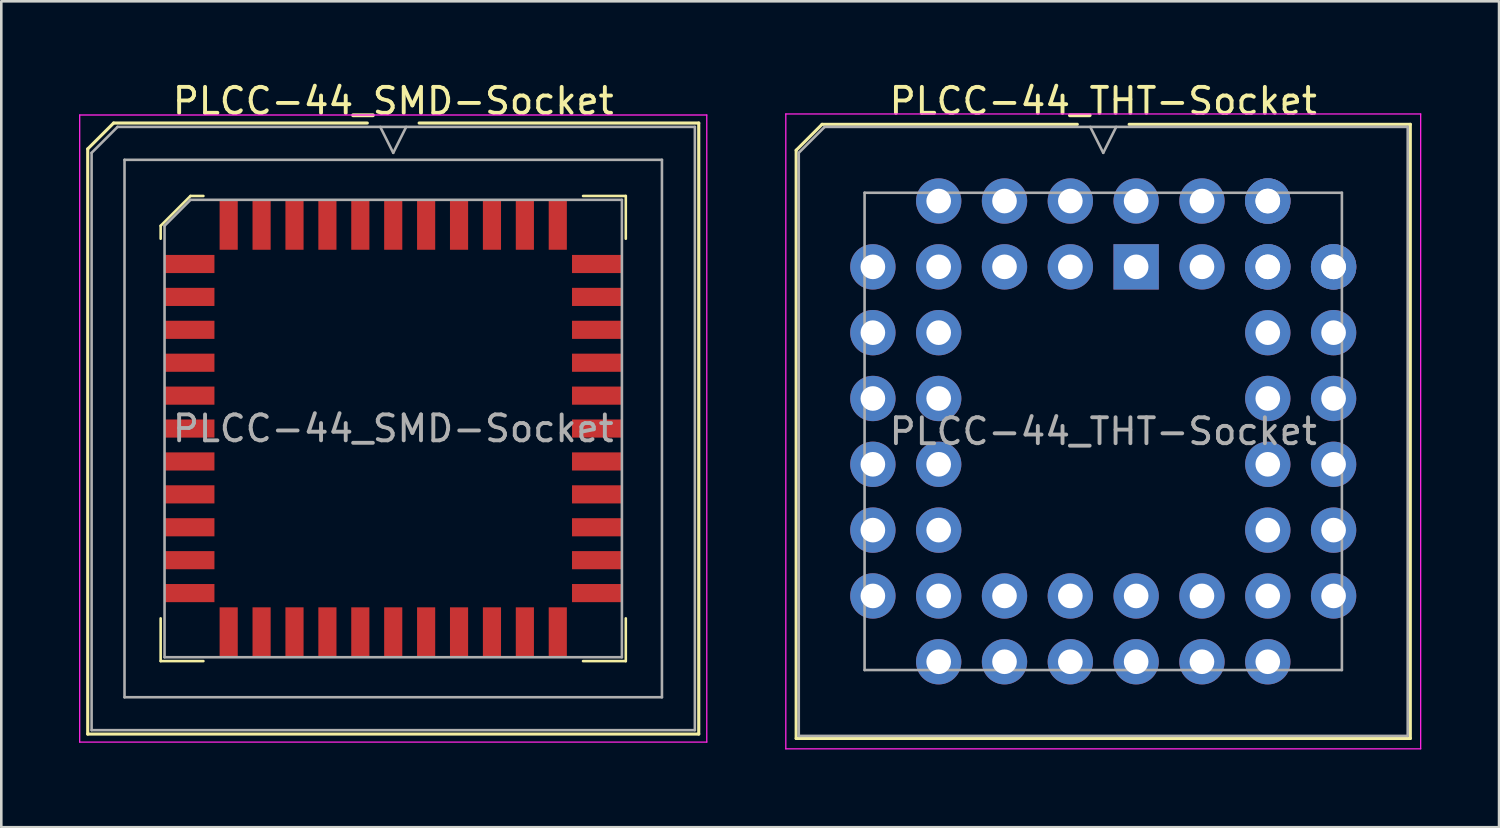
<source format=kicad_pcb>
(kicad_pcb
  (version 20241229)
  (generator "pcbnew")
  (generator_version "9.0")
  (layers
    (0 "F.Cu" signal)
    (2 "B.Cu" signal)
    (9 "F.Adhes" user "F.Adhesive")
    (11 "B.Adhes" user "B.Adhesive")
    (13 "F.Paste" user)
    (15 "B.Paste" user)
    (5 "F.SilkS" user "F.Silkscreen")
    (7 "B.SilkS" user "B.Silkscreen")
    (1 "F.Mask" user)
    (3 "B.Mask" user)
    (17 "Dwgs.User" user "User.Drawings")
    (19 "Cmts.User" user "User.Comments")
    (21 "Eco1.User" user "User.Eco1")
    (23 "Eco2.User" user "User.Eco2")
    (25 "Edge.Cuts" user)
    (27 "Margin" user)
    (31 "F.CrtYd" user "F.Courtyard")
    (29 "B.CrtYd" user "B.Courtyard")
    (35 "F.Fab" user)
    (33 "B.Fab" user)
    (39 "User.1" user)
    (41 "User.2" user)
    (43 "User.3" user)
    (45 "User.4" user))
  (footprint "PLCC-44_THT-Socket"
    (layer "F.Cu")
    (at 40.795 7.248)
    (property "Reference" "PLCC-44_THT-Socket" (at -1.27 -6.4 0) (layer "F.SilkS") (effects (font (size 1 1) (thickness 0.15))))
    (attr through_hole)
    (fp_line (start -13.12 -4.5) (end -13.12 18.2) (stroke (width 0.12) (type solid)) (layer "F.SilkS"))
    (fp_line (start -13.12 18.2) (end 10.58 18.2) (stroke (width 0.12) (type solid)) (layer "F.SilkS"))
    (fp_line (start -12.12 -5.5) (end -13.12 -4.5) (stroke (width 0.12) (type solid)) (layer "F.SilkS"))
    (fp_line (start -2.27 -5.5) (end -12.12 -5.5) (stroke (width 0.12) (type solid)) (layer "F.SilkS"))
    (fp_line (start 10.58 -5.5) (end -0.27 -5.5) (stroke (width 0.12) (type solid)) (layer "F.SilkS"))
    (fp_line (start 10.58 18.2) (end 10.58 -5.5) (stroke (width 0.12) (type solid)) (layer "F.SilkS"))
    (fp_line (start -13.52 -5.9) (end -13.52 18.6) (stroke (width 0.05) (type solid)) (layer "F.CrtYd"))
    (fp_line (start -13.52 18.6) (end 10.98 18.6) (stroke (width 0.05) (type solid)) (layer "F.CrtYd"))
    (fp_line (start 10.98 -5.9) (end -13.52 -5.9) (stroke (width 0.05) (type solid)) (layer "F.CrtYd"))
    (fp_line (start 10.98 18.6) (end 10.98 -5.9) (stroke (width 0.05) (type solid)) (layer "F.CrtYd"))
    (fp_line (start -13.02 -4.4) (end -13.02 18.1) (stroke (width 0.1) (type solid)) (layer "F.Fab"))
    (fp_line (start -13.02 18.1) (end 10.48 18.1) (stroke (width 0.1) (type solid)) (layer "F.Fab"))
    (fp_line (start -12.02 -5.4) (end -13.02 -4.4) (stroke (width 0.1) (type solid)) (layer "F.Fab"))
    (fp_line (start -10.48 -2.86) (end -10.48 15.56) (stroke (width 0.1) (type solid)) (layer "F.Fab"))
    (fp_line (start -10.48 15.56) (end 7.94 15.56) (stroke (width 0.1) (type solid)) (layer "F.Fab"))
    (fp_line (start -1.77 -5.4) (end -1.27 -4.4) (stroke (width 0.1) (type solid)) (layer "F.Fab"))
    (fp_line (start -1.27 -4.4) (end -0.77 -5.4) (stroke (width 0.1) (type solid)) (layer "F.Fab"))
    (fp_line (start 7.94 -2.86) (end -10.48 -2.86) (stroke (width 0.1) (type solid)) (layer "F.Fab"))
    (fp_line (start 7.94 15.56) (end 7.94 -2.86) (stroke (width 0.1) (type solid)) (layer "F.Fab"))
    (fp_line (start 10.48 -5.4) (end -12.02 -5.4) (stroke (width 0.1) (type solid)) (layer "F.Fab"))
    (fp_line (start 10.48 18.1) (end 10.48 -5.4) (stroke (width 0.1) (type solid)) (layer "F.Fab"))
    (fp_text user "${REFERENCE}" (at -1.27 6.35 0) (layer "F.Fab") (effects (font (size 1 1) (thickness 0.15))))
    (pad "1" thru_hole rect (at 0 0) (size 1.75 1.75) (drill 0.95) (layers "*.Cu" "*.Mask"))
    (pad "2" thru_hole circle (at -2.54 -2.54) (size 1.75 1.75) (drill 0.95) (layers "*.Cu" "*.Mask"))
    (pad "3" thru_hole circle (at -2.54 0) (size 1.75 1.75) (drill 0.95) (layers "*.Cu" "*.Mask"))
    (pad "4" thru_hole circle (at -5.08 -2.54) (size 1.75 1.75) (drill 0.95) (layers "*.Cu" "*.Mask"))
    (pad "5" thru_hole circle (at -5.08 0) (size 1.75 1.75) (drill 0.95) (layers "*.Cu" "*.Mask"))
    (pad "6" thru_hole circle (at -7.62 -2.54) (size 1.75 1.75) (drill 0.95) (layers "*.Cu" "*.Mask"))
    (pad "7" thru_hole circle (at -10.16 0) (size 1.75 1.75) (drill 0.95) (layers "*.Cu" "*.Mask"))
    (pad "8" thru_hole circle (at -7.62 0) (size 1.75 1.75) (drill 0.95) (layers "*.Cu" "*.Mask"))
    (pad "9" thru_hole circle (at -10.16 2.54) (size 1.75 1.75) (drill 0.95) (layers "*.Cu" "*.Mask"))
    (pad "10" thru_hole circle (at -7.62 2.54) (size 1.75 1.75) (drill 0.95) (layers "*.Cu" "*.Mask"))
    (pad "11" thru_hole circle (at -10.16 5.08) (size 1.75 1.75) (drill 0.95) (layers "*.Cu" "*.Mask"))
    (pad "12" thru_hole circle (at -7.62 5.08) (size 1.75 1.75) (drill 0.95) (layers "*.Cu" "*.Mask"))
    (pad "13" thru_hole circle (at -10.16 7.62) (size 1.75 1.75) (drill 0.95) (layers "*.Cu" "*.Mask"))
    (pad "14" thru_hole circle (at -7.62 7.62) (size 1.75 1.75) (drill 0.95) (layers "*.Cu" "*.Mask"))
    (pad "15" thru_hole circle (at -10.16 10.16) (size 1.75 1.75) (drill 0.95) (layers "*.Cu" "*.Mask"))
    (pad "16" thru_hole circle (at -7.62 10.16) (size 1.75 1.75) (drill 0.95) (layers "*.Cu" "*.Mask"))
    (pad "17" thru_hole circle (at -10.16 12.7) (size 1.75 1.75) (drill 0.95) (layers "*.Cu" "*.Mask"))
    (pad "18" thru_hole circle (at -7.62 15.24) (size 1.75 1.75) (drill 0.95) (layers "*.Cu" "*.Mask"))
    (pad "19" thru_hole circle (at -7.62 12.7) (size 1.75 1.75) (drill 0.95) (layers "*.Cu" "*.Mask"))
    (pad "20" thru_hole circle (at -5.08 15.24) (size 1.75 1.75) (drill 0.95) (layers "*.Cu" "*.Mask"))
    (pad "21" thru_hole circle (at -5.08 12.7) (size 1.75 1.75) (drill 0.95) (layers "*.Cu" "*.Mask"))
    (pad "22" thru_hole circle (at -2.54 15.24) (size 1.75 1.75) (drill 0.95) (layers "*.Cu" "*.Mask"))
    (pad "23" thru_hole circle (at -2.54 12.7) (size 1.75 1.75) (drill 0.95) (layers "*.Cu" "*.Mask"))
    (pad "24" thru_hole circle (at 0 15.24) (size 1.75 1.75) (drill 0.95) (layers "*.Cu" "*.Mask"))
    (pad "25" thru_hole circle (at 0 12.7) (size 1.75 1.75) (drill 0.95) (layers "*.Cu" "*.Mask"))
    (pad "26" thru_hole circle (at 2.54 15.24) (size 1.75 1.75) (drill 0.95) (layers "*.Cu" "*.Mask"))
    (pad "27" thru_hole circle (at 2.54 12.7) (size 1.75 1.75) (drill 0.95) (layers "*.Cu" "*.Mask"))
    (pad "28" thru_hole circle (at 5.08 15.24) (size 1.75 1.75) (drill 0.95) (layers "*.Cu" "*.Mask"))
    (pad "29" thru_hole circle (at 5.08 12.7) (size 1.75 1.75) (drill 0.95) (layers "*.Cu" "*.Mask"))
    (pad "29" thru_hole circle (at 7.62 12.7) (size 1.75 1.75) (drill 0.95) (layers "*.Cu" "*.Mask"))
    (pad "30" thru_hole circle (at 5.08 10.16) (size 1.75 1.75) (drill 0.95) (layers "*.Cu" "*.Mask"))
    (pad "31" thru_hole circle (at 7.62 10.16) (size 1.75 1.75) (drill 0.95) (layers "*.Cu" "*.Mask"))
    (pad "32" thru_hole circle (at 5.08 7.62) (size 1.75 1.75) (drill 0.95) (layers "*.Cu" "*.Mask"))
    (pad "33" thru_hole circle (at 7.62 7.62) (size 1.75 1.75) (drill 0.95) (layers "*.Cu" "*.Mask"))
    (pad "34" thru_hole circle (at 5.08 5.08) (size 1.75 1.75) (drill 0.95) (layers "*.Cu" "*.Mask"))
    (pad "35" thru_hole circle (at 7.62 5.08) (size 1.75 1.75) (drill 0.95) (layers "*.Cu" "*.Mask"))
    (pad "36" thru_hole circle (at 5.08 2.54) (size 1.75 1.75) (drill 0.95) (layers "*.Cu" "*.Mask"))
    (pad "37" thru_hole circle (at 7.62 2.54) (size 1.75 1.75) (drill 0.95) (layers "*.Cu" "*.Mask"))
    (pad "38" thru_hole circle (at 5.08 0) (size 1.75 1.75) (drill 0.95) (layers "*.Cu" "*.Mask"))
    (pad "39" thru_hole circle (at 7.62 0) (size 1.75 1.75) (drill 0.95) (layers "*.Cu" "*.Mask"))
    (pad "39" thru_hole circle (at 7.62 0) (size 1.75 1.75) (drill 0.95) (layers "*.Cu" "*.Mask"))
    (pad "40" thru_hole circle (at 5.08 -2.54) (size 1.75 1.75) (drill 0.95) (layers "*.Cu" "*.Mask"))
    (pad "40" thru_hole circle (at 5.08 -2.54) (size 1.75 1.75) (drill 0.95) (layers "*.Cu" "*.Mask"))
    (pad "41" thru_hole circle (at 5.08 0) (size 1.75 1.75) (drill 0.95) (layers "*.Cu" "*.Mask"))
    (pad "42" thru_hole circle (at 2.54 -2.54) (size 1.75 1.75) (drill 0.95) (layers "*.Cu" "*.Mask"))
    (pad "43" thru_hole circle (at 2.54 0) (size 1.75 1.75) (drill 0.95) (layers "*.Cu" "*.Mask"))
    (pad "44" thru_hole circle (at 0 -2.54) (size 1.75 1.75) (drill 0.95) (layers "*.Cu" "*.Mask")))
  (footprint "PLCC-44_SMD-Socket"
    (layer "F.Cu")
    (at 12.125 13.488)
    (property "Reference" "PLCC-44_SMD-Socket" (at 0 -12.64 0) (layer "F.SilkS") (effects (font (size 1 1) (thickness 0.15))))
    (attr smd)
    (fp_line (start -11.79 -10.79) (end -11.79 11.79) (stroke (width 0.12) (type solid)) (layer "F.SilkS"))
    (fp_line (start -11.79 11.79) (end 11.79 11.79) (stroke (width 0.12) (type solid)) (layer "F.SilkS"))
    (fp_line (start -10.79 -11.79) (end -11.79 -10.79) (stroke (width 0.12) (type solid)) (layer "F.SilkS"))
    (fp_line (start -8.975 -7.825) (end -8.975 -7.325) (stroke (width 0.1) (type solid)) (layer "F.SilkS"))
    (fp_line (start -8.975 8.975) (end -8.975 7.325) (stroke (width 0.1) (type solid)) (layer "F.SilkS"))
    (fp_line (start -7.825 -8.975) (end -8.975 -7.825) (stroke (width 0.1) (type solid)) (layer "F.SilkS"))
    (fp_line (start -7.325 -8.975) (end -7.825 -8.975) (stroke (width 0.1) (type solid)) (layer "F.SilkS"))
    (fp_line (start -7.325 8.975) (end -8.975 8.975) (stroke (width 0.1) (type solid)) (layer "F.SilkS"))
    (fp_line (start -1 -11.79) (end -10.79 -11.79) (stroke (width 0.12) (type solid)) (layer "F.SilkS"))
    (fp_line (start 7.325 -8.975) (end 8.975 -8.975) (stroke (width 0.1) (type solid)) (layer "F.SilkS"))
    (fp_line (start 7.325 8.975) (end 8.975 8.975) (stroke (width 0.1) (type solid)) (layer "F.SilkS"))
    (fp_line (start 8.975 -8.975) (end 8.975 -7.325) (stroke (width 0.1) (type solid)) (layer "F.SilkS"))
    (fp_line (start 8.975 8.975) (end 8.975 7.325) (stroke (width 0.1) (type solid)) (layer "F.SilkS"))
    (fp_line (start 11.79 -11.79) (end 1 -11.79) (stroke (width 0.12) (type solid)) (layer "F.SilkS"))
    (fp_line (start 11.79 11.79) (end 11.79 -11.79) (stroke (width 0.12) (type solid)) (layer "F.SilkS"))
    (fp_line (start -12.1 -12.1) (end -12.1 12.1) (stroke (width 0.05) (type solid)) (layer "F.CrtYd"))
    (fp_line (start -12.1 12.1) (end 12.1 12.1) (stroke (width 0.05) (type solid)) (layer "F.CrtYd"))
    (fp_line (start 12.1 -12.1) (end -12.1 -12.1) (stroke (width 0.05) (type solid)) (layer "F.CrtYd"))
    (fp_line (start 12.1 12.1) (end 12.1 -12.1) (stroke (width 0.05) (type solid)) (layer "F.CrtYd"))
    (fp_line (start -11.64 -10.64) (end -11.64 11.64) (stroke (width 0.1) (type solid)) (layer "F.Fab"))
    (fp_line (start -11.64 11.64) (end 11.64 11.64) (stroke (width 0.1) (type solid)) (layer "F.Fab"))
    (fp_line (start -10.64 -11.64) (end -11.64 -10.64) (stroke (width 0.1) (type solid)) (layer "F.Fab"))
    (fp_line (start -10.37 -10.37) (end -10.37 10.37) (stroke (width 0.1) (type solid)) (layer "F.Fab"))
    (fp_line (start -10.37 10.37) (end 10.37 10.37) (stroke (width 0.1) (type solid)) (layer "F.Fab"))
    (fp_line (start -8.825 -7.825) (end -8.825 8.825) (stroke (width 0.1) (type solid)) (layer "F.Fab"))
    (fp_line (start -8.825 8.825) (end 8.825 8.825) (stroke (width 0.1) (type solid)) (layer "F.Fab"))
    (fp_line (start -7.825 -8.825) (end -8.825 -7.825) (stroke (width 0.1) (type solid)) (layer "F.Fab"))
    (fp_line (start -0.5 -11.64) (end 0 -10.64) (stroke (width 0.1) (type solid)) (layer "F.Fab"))
    (fp_line (start 0 -10.64) (end 0.5 -11.64) (stroke (width 0.1) (type solid)) (layer "F.Fab"))
    (fp_line (start 8.825 -8.825) (end -7.825 -8.825) (stroke (width 0.1) (type solid)) (layer "F.Fab"))
    (fp_line (start 8.825 8.825) (end 8.825 -8.825) (stroke (width 0.1) (type solid)) (layer "F.Fab"))
    (fp_line (start 10.37 -10.37) (end -10.37 -10.37) (stroke (width 0.1) (type solid)) (layer "F.Fab"))
    (fp_line (start 10.37 10.37) (end 10.37 -10.37) (stroke (width 0.1) (type solid)) (layer "F.Fab"))
    (fp_line (start 11.64 -11.64) (end -10.64 -11.64) (stroke (width 0.1) (type solid)) (layer "F.Fab"))
    (fp_line (start 11.64 11.64) (end 11.64 -11.64) (stroke (width 0.1) (type solid)) (layer "F.Fab"))
    (fp_text user "${REFERENCE}" (at 0 0 0) (layer "F.Fab") (effects (font (size 1 1) (thickness 0.15))))
    (pad "1" smd rect (at 0 -7.862) (size 0.7 1.925) (layers "F.Cu" "F.Mask" "F.Paste"))
    (pad "2" smd rect (at -1.27 -7.862) (size 0.7 1.925) (layers "F.Cu" "F.Mask" "F.Paste"))
    (pad "3" smd rect (at -2.54 -7.862) (size 0.7 1.925) (layers "F.Cu" "F.Mask" "F.Paste"))
    (pad "4" smd rect (at -3.81 -7.862) (size 0.7 1.925) (layers "F.Cu" "F.Mask" "F.Paste"))
    (pad "5" smd rect (at -5.08 -7.862) (size 0.7 1.925) (layers "F.Cu" "F.Mask" "F.Paste"))
    (pad "6" smd rect (at -6.35 -7.862) (size 0.7 1.925) (layers "F.Cu" "F.Mask" "F.Paste"))
    (pad "7" smd rect (at -7.862 -6.35) (size 1.925 0.7) (layers "F.Cu" "F.Mask" "F.Paste"))
    (pad "8" smd rect (at -7.862 -5.08) (size 1.925 0.7) (layers "F.Cu" "F.Mask" "F.Paste"))
    (pad "9" smd rect (at -7.862 -3.81) (size 1.925 0.7) (layers "F.Cu" "F.Mask" "F.Paste"))
    (pad "10" smd rect (at -7.862 -2.54) (size 1.925 0.7) (layers "F.Cu" "F.Mask" "F.Paste"))
    (pad "11" smd rect (at -7.862 -1.27) (size 1.925 0.7) (layers "F.Cu" "F.Mask" "F.Paste"))
    (pad "12" smd rect (at -7.862 0) (size 1.925 0.7) (layers "F.Cu" "F.Mask" "F.Paste"))
    (pad "13" smd rect (at -7.862 1.27) (size 1.925 0.7) (layers "F.Cu" "F.Mask" "F.Paste"))
    (pad "14" smd rect (at -7.862 2.54) (size 1.925 0.7) (layers "F.Cu" "F.Mask" "F.Paste"))
    (pad "15" smd rect (at -7.862 3.81) (size 1.925 0.7) (layers "F.Cu" "F.Mask" "F.Paste"))
    (pad "16" smd rect (at -7.862 5.08) (size 1.925 0.7) (layers "F.Cu" "F.Mask" "F.Paste"))
    (pad "17" smd rect (at -7.862 6.35) (size 1.925 0.7) (layers "F.Cu" "F.Mask" "F.Paste"))
    (pad "18" smd rect (at -6.35 7.862) (size 0.7 1.925) (layers "F.Cu" "F.Mask" "F.Paste"))
    (pad "19" smd rect (at -5.08 7.862) (size 0.7 1.925) (layers "F.Cu" "F.Mask" "F.Paste"))
    (pad "20" smd rect (at -3.81 7.862) (size 0.7 1.925) (layers "F.Cu" "F.Mask" "F.Paste"))
    (pad "21" smd rect (at -2.54 7.862) (size 0.7 1.925) (layers "F.Cu" "F.Mask" "F.Paste"))
    (pad "22" smd rect (at -1.27 7.862) (size 0.7 1.925) (layers "F.Cu" "F.Mask" "F.Paste"))
    (pad "23" smd rect (at 0 7.862) (size 0.7 1.925) (layers "F.Cu" "F.Mask" "F.Paste"))
    (pad "24" smd rect (at 1.27 7.862) (size 0.7 1.925) (layers "F.Cu" "F.Mask" "F.Paste"))
    (pad "25" smd rect (at 2.54 7.862) (size 0.7 1.925) (layers "F.Cu" "F.Mask" "F.Paste"))
    (pad "26" smd rect (at 3.81 7.862) (size 0.7 1.925) (layers "F.Cu" "F.Mask" "F.Paste"))
    (pad "27" smd rect (at 5.08 7.862) (size 0.7 1.925) (layers "F.Cu" "F.Mask" "F.Paste"))
    (pad "28" smd rect (at 6.35 7.862) (size 0.7 1.925) (layers "F.Cu" "F.Mask" "F.Paste"))
    (pad "29" smd rect (at 7.862 6.35) (size 1.925 0.7) (layers "F.Cu" "F.Mask" "F.Paste"))
    (pad "30" smd rect (at 7.862 5.08) (size 1.925 0.7) (layers "F.Cu" "F.Mask" "F.Paste"))
    (pad "31" smd rect (at 7.862 3.81) (size 1.925 0.7) (layers "F.Cu" "F.Mask" "F.Paste"))
    (pad "32" smd rect (at 7.862 2.54) (size 1.925 0.7) (layers "F.Cu" "F.Mask" "F.Paste"))
    (pad "33" smd rect (at 7.862 1.27) (size 1.925 0.7) (layers "F.Cu" "F.Mask" "F.Paste"))
    (pad "34" smd rect (at 7.862 0) (size 1.925 0.7) (layers "F.Cu" "F.Mask" "F.Paste"))
    (pad "35" smd rect (at 7.862 -1.27) (size 1.925 0.7) (layers "F.Cu" "F.Mask" "F.Paste"))
    (pad "36" smd rect (at 7.862 -2.54) (size 1.925 0.7) (layers "F.Cu" "F.Mask" "F.Paste"))
    (pad "37" smd rect (at 7.862 -3.81) (size 1.925 0.7) (layers "F.Cu" "F.Mask" "F.Paste"))
    (pad "38" smd rect (at 7.862 -5.08) (size 1.925 0.7) (layers "F.Cu" "F.Mask" "F.Paste"))
    (pad "39" smd rect (at 7.862 -6.35) (size 1.925 0.7) (layers "F.Cu" "F.Mask" "F.Paste"))
    (pad "40" smd rect (at 6.35 -7.862) (size 0.7 1.925) (layers "F.Cu" "F.Mask" "F.Paste"))
    (pad "41" smd rect (at 5.08 -7.862) (size 0.7 1.925) (layers "F.Cu" "F.Mask" "F.Paste"))
    (pad "42" smd rect (at 3.81 -7.862) (size 0.7 1.925) (layers "F.Cu" "F.Mask" "F.Paste"))
    (pad "43" smd rect (at 2.54 -7.862) (size 0.7 1.925) (layers "F.Cu" "F.Mask" "F.Paste"))
    (pad "44" smd rect (at 1.27 -7.862) (size 0.7 1.925) (layers "F.Cu" "F.Mask" "F.Paste")))
  (gr_rect
    (start -3 -3)
    (end 54.8 28.873)
    (stroke (width 0.1) (type default))
    (fill no)
    (layer "Edge.Cuts")))
</source>
